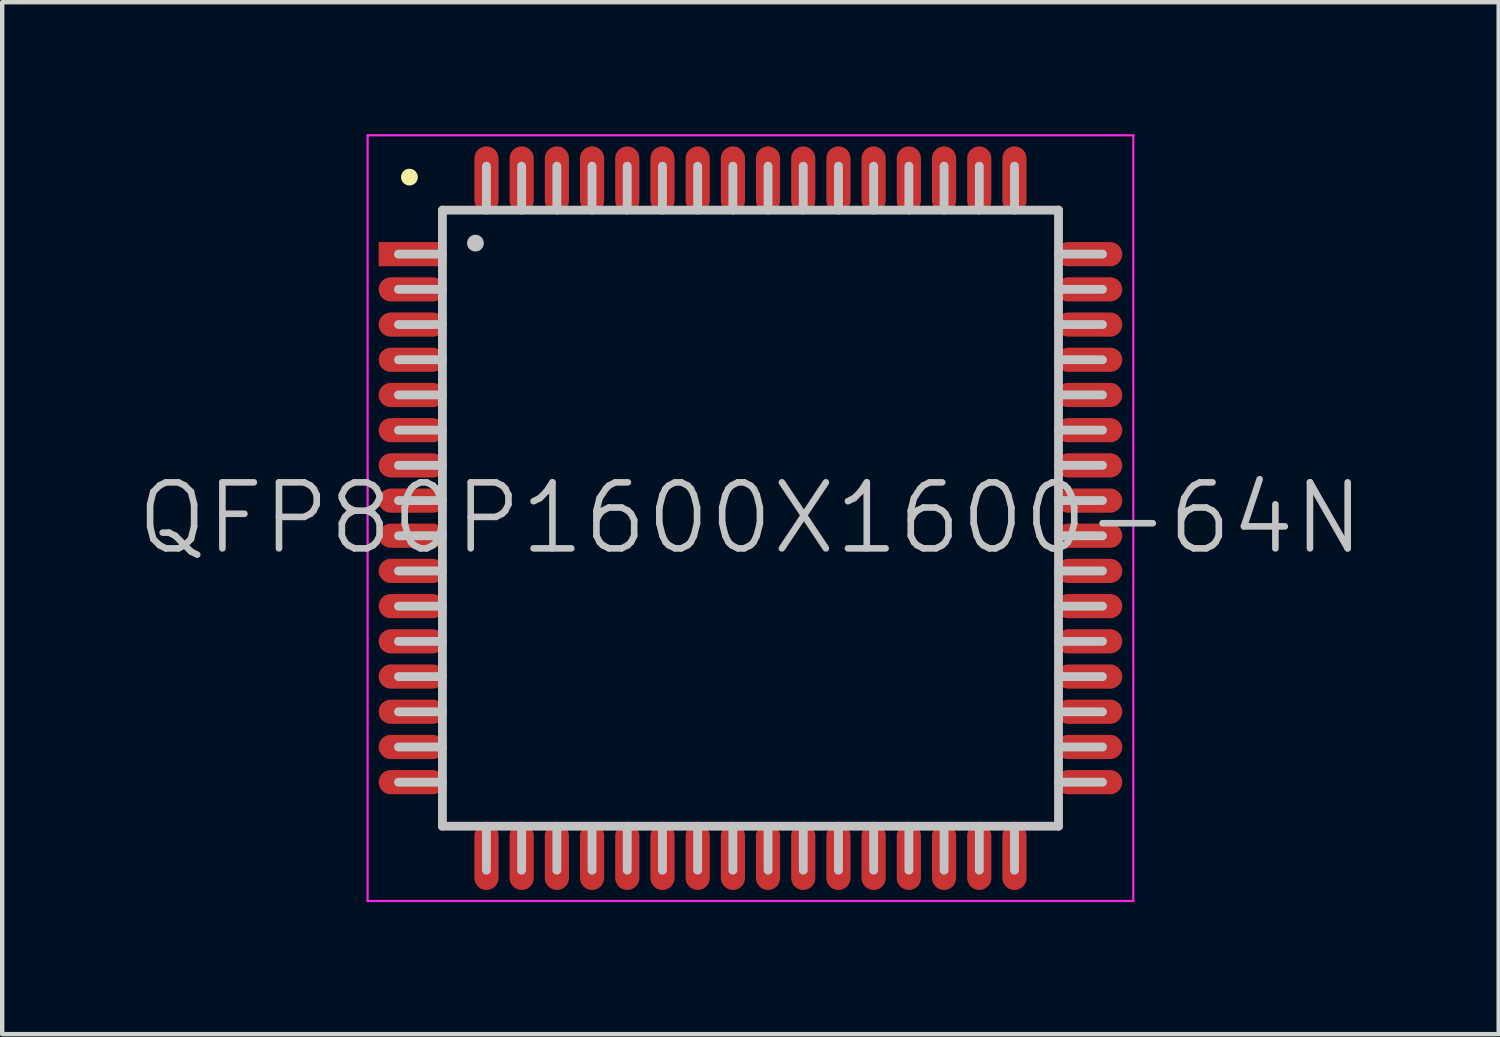
<source format=kicad_pcb>
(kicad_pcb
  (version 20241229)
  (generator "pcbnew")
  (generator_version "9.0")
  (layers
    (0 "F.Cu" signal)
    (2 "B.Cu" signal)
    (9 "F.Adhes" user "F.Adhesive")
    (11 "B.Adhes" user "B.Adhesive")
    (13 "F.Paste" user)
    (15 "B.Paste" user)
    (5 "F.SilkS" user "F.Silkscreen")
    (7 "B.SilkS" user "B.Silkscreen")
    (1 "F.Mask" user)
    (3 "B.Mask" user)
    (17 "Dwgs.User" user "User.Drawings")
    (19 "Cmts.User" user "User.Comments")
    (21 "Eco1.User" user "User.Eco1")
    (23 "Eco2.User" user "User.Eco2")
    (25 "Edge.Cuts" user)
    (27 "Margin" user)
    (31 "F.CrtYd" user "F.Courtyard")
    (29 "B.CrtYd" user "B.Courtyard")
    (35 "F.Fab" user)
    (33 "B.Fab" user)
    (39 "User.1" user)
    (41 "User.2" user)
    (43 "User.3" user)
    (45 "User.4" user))
  (footprint "QFP80P1600X1600-64N"
    (layer "F.Cu")
    (at 14.004 8.725)
    (property "Reference" "QFP80P1600X1600-64N" (at 0 0 0) (layer "Dwgs.User") (effects (font (size 1.5 1.5) (thickness 0.15))))
    (attr smd)
    (fp_line (start -7.75 -7.75) (end -7.75 -7.75) (stroke (width 0.381) (type solid)) (layer "F.SilkS"))
    (fp_line (start -7 -7) (end -7 7) (stroke (width 0.2) (type solid)) (layer "Dwgs.User"))
    (fp_line (start -7 -7) (end 7 -7) (stroke (width 0.2) (type solid)) (layer "Dwgs.User"))
    (fp_line (start -7 -6) (end -8 -6) (stroke (width 0.2) (type solid)) (layer "Dwgs.User"))
    (fp_line (start -7 -5.2) (end -8 -5.2) (stroke (width 0.2) (type solid)) (layer "Dwgs.User"))
    (fp_line (start -7 -4.4) (end -8 -4.4) (stroke (width 0.2) (type solid)) (layer "Dwgs.User"))
    (fp_line (start -7 -3.6) (end -8 -3.6) (stroke (width 0.2) (type solid)) (layer "Dwgs.User"))
    (fp_line (start -7 -2.8) (end -8 -2.8) (stroke (width 0.2) (type solid)) (layer "Dwgs.User"))
    (fp_line (start -7 -2) (end -8 -2) (stroke (width 0.2) (type solid)) (layer "Dwgs.User"))
    (fp_line (start -7 -1.2) (end -8 -1.2) (stroke (width 0.2) (type solid)) (layer "Dwgs.User"))
    (fp_line (start -7 -0.4) (end -8 -0.4) (stroke (width 0.2) (type solid)) (layer "Dwgs.User"))
    (fp_line (start -7 0.4) (end -8 0.4) (stroke (width 0.2) (type solid)) (layer "Dwgs.User"))
    (fp_line (start -7 1.2) (end -8 1.2) (stroke (width 0.2) (type solid)) (layer "Dwgs.User"))
    (fp_line (start -7 2) (end -8 2) (stroke (width 0.2) (type solid)) (layer "Dwgs.User"))
    (fp_line (start -7 2.8) (end -8 2.8) (stroke (width 0.2) (type solid)) (layer "Dwgs.User"))
    (fp_line (start -7 3.6) (end -8 3.6) (stroke (width 0.2) (type solid)) (layer "Dwgs.User"))
    (fp_line (start -7 4.4) (end -8 4.4) (stroke (width 0.2) (type solid)) (layer "Dwgs.User"))
    (fp_line (start -7 5.2) (end -8 5.2) (stroke (width 0.2) (type solid)) (layer "Dwgs.User"))
    (fp_line (start -7 6) (end -8 6) (stroke (width 0.2) (type solid)) (layer "Dwgs.User"))
    (fp_line (start -7 7) (end 7 7) (stroke (width 0.2) (type solid)) (layer "Dwgs.User"))
    (fp_line (start -6.25 -6.25) (end -6.25 -6.25) (stroke (width 0.381) (type solid)) (layer "Dwgs.User"))
    (fp_line (start -6 -7) (end -6 -8) (stroke (width 0.2) (type solid)) (layer "Dwgs.User"))
    (fp_line (start -6 8) (end -6 7) (stroke (width 0.2) (type solid)) (layer "Dwgs.User"))
    (fp_line (start -5.2 -7) (end -5.2 -8) (stroke (width 0.2) (type solid)) (layer "Dwgs.User"))
    (fp_line (start -5.2 8) (end -5.2 7) (stroke (width 0.2) (type solid)) (layer "Dwgs.User"))
    (fp_line (start -4.4 -7) (end -4.4 -8) (stroke (width 0.2) (type solid)) (layer "Dwgs.User"))
    (fp_line (start -4.4 8) (end -4.4 7) (stroke (width 0.2) (type solid)) (layer "Dwgs.User"))
    (fp_line (start -3.6 -7) (end -3.6 -8) (stroke (width 0.2) (type solid)) (layer "Dwgs.User"))
    (fp_line (start -3.6 8) (end -3.6 7) (stroke (width 0.2) (type solid)) (layer "Dwgs.User"))
    (fp_line (start -2.8 -7) (end -2.8 -8) (stroke (width 0.2) (type solid)) (layer "Dwgs.User"))
    (fp_line (start -2.8 8) (end -2.8 7) (stroke (width 0.2) (type solid)) (layer "Dwgs.User"))
    (fp_line (start -2 -7) (end -2 -8) (stroke (width 0.2) (type solid)) (layer "Dwgs.User"))
    (fp_line (start -2 8) (end -2 7) (stroke (width 0.2) (type solid)) (layer "Dwgs.User"))
    (fp_line (start -1.2 -7) (end -1.2 -8) (stroke (width 0.2) (type solid)) (layer "Dwgs.User"))
    (fp_line (start -1.2 8) (end -1.2 7) (stroke (width 0.2) (type solid)) (layer "Dwgs.User"))
    (fp_line (start -0.4 -7) (end -0.4 -8) (stroke (width 0.2) (type solid)) (layer "Dwgs.User"))
    (fp_line (start -0.4 8) (end -0.4 7) (stroke (width 0.2) (type solid)) (layer "Dwgs.User"))
    (fp_line (start 0.4 -7) (end 0.4 -8) (stroke (width 0.2) (type solid)) (layer "Dwgs.User"))
    (fp_line (start 0.4 8) (end 0.4 7) (stroke (width 0.2) (type solid)) (layer "Dwgs.User"))
    (fp_line (start 1.2 -7) (end 1.2 -8) (stroke (width 0.2) (type solid)) (layer "Dwgs.User"))
    (fp_line (start 1.2 8) (end 1.2 7) (stroke (width 0.2) (type solid)) (layer "Dwgs.User"))
    (fp_line (start 2 -7) (end 2 -8) (stroke (width 0.2) (type solid)) (layer "Dwgs.User"))
    (fp_line (start 2 8) (end 2 7) (stroke (width 0.2) (type solid)) (layer "Dwgs.User"))
    (fp_line (start 2.8 -7) (end 2.8 -8) (stroke (width 0.2) (type solid)) (layer "Dwgs.User"))
    (fp_line (start 2.8 8) (end 2.8 7) (stroke (width 0.2) (type solid)) (layer "Dwgs.User"))
    (fp_line (start 3.6 -7) (end 3.6 -8) (stroke (width 0.2) (type solid)) (layer "Dwgs.User"))
    (fp_line (start 3.6 8) (end 3.6 7) (stroke (width 0.2) (type solid)) (layer "Dwgs.User"))
    (fp_line (start 4.4 -7) (end 4.4 -8) (stroke (width 0.2) (type solid)) (layer "Dwgs.User"))
    (fp_line (start 4.4 8) (end 4.4 7) (stroke (width 0.2) (type solid)) (layer "Dwgs.User"))
    (fp_line (start 5.2 -7) (end 5.2 -8) (stroke (width 0.2) (type solid)) (layer "Dwgs.User"))
    (fp_line (start 5.2 8) (end 5.2 7) (stroke (width 0.2) (type solid)) (layer "Dwgs.User"))
    (fp_line (start 6 -7) (end 6 -8) (stroke (width 0.2) (type solid)) (layer "Dwgs.User"))
    (fp_line (start 6 8) (end 6 7) (stroke (width 0.2) (type solid)) (layer "Dwgs.User"))
    (fp_line (start 7 -7) (end 7 7) (stroke (width 0.2) (type solid)) (layer "Dwgs.User"))
    (fp_line (start 8 -6) (end 7 -6) (stroke (width 0.2) (type solid)) (layer "Dwgs.User"))
    (fp_line (start 8 -5.2) (end 7 -5.2) (stroke (width 0.2) (type solid)) (layer "Dwgs.User"))
    (fp_line (start 8 -4.4) (end 7 -4.4) (stroke (width 0.2) (type solid)) (layer "Dwgs.User"))
    (fp_line (start 8 -3.6) (end 7 -3.6) (stroke (width 0.2) (type solid)) (layer "Dwgs.User"))
    (fp_line (start 8 -2.8) (end 7 -2.8) (stroke (width 0.2) (type solid)) (layer "Dwgs.User"))
    (fp_line (start 8 -2) (end 7 -2) (stroke (width 0.2) (type solid)) (layer "Dwgs.User"))
    (fp_line (start 8 -1.2) (end 7 -1.2) (stroke (width 0.2) (type solid)) (layer "Dwgs.User"))
    (fp_line (start 8 -0.4) (end 7 -0.4) (stroke (width 0.2) (type solid)) (layer "Dwgs.User"))
    (fp_line (start 8 0.4) (end 7 0.4) (stroke (width 0.2) (type solid)) (layer "Dwgs.User"))
    (fp_line (start 8 1.2) (end 7 1.2) (stroke (width 0.2) (type solid)) (layer "Dwgs.User"))
    (fp_line (start 8 2) (end 7 2) (stroke (width 0.2) (type solid)) (layer "Dwgs.User"))
    (fp_line (start 8 2.8) (end 7 2.8) (stroke (width 0.2) (type solid)) (layer "Dwgs.User"))
    (fp_line (start 8 3.6) (end 7 3.6) (stroke (width 0.2) (type solid)) (layer "Dwgs.User"))
    (fp_line (start 8 4.4) (end 7 4.4) (stroke (width 0.2) (type solid)) (layer "Dwgs.User"))
    (fp_line (start 8 5.2) (end 7 5.2) (stroke (width 0.2) (type solid)) (layer "Dwgs.User"))
    (fp_line (start 8 6) (end 7 6) (stroke (width 0.2) (type solid)) (layer "Dwgs.User"))
    (fp_line (start -8.7 -8.7) (end -8.7 8.7) (stroke (width 0.05) (type solid)) (layer "F.CrtYd"))
    (fp_line (start -8.7 -8.7) (end 8.7 -8.7) (stroke (width 0.05) (type solid)) (layer "F.CrtYd"))
    (fp_line (start -8.7 8.7) (end 8.7 8.7) (stroke (width 0.05) (type solid)) (layer "F.CrtYd"))
    (fp_line (start 8.7 -8.7) (end 8.7 8.7) (stroke (width 0.05) (type solid)) (layer "F.CrtYd"))
    (pad "1" smd rect (at -7.699 -5.999 90) (size 0.55 1.5) (layers "F.Cu" "F.Mask" "F.Paste"))
    (pad "2" smd oval (at -7.699 -5.199 90) (size 0.55 1.5) (layers "F.Cu" "F.Mask" "F.Paste"))
    (pad "3" smd oval (at -7.699 -4.399 90) (size 0.55 1.5) (layers "F.Cu" "F.Mask" "F.Paste"))
    (pad "4" smd oval (at -7.699 -3.599 90) (size 0.55 1.5) (layers "F.Cu" "F.Mask" "F.Paste"))
    (pad "5" smd oval (at -7.699 -2.799 90) (size 0.55 1.5) (layers "F.Cu" "F.Mask" "F.Paste"))
    (pad "6" smd oval (at -7.699 -1.999 90) (size 0.55 1.5) (layers "F.Cu" "F.Mask" "F.Paste"))
    (pad "7" smd oval (at -7.699 -1.199 90) (size 0.55 1.5) (layers "F.Cu" "F.Mask" "F.Paste"))
    (pad "8" smd oval (at -7.699 -0.399 90) (size 0.55 1.5) (layers "F.Cu" "F.Mask" "F.Paste"))
    (pad "9" smd oval (at -7.699 0.399 90) (size 0.55 1.5) (layers "F.Cu" "F.Mask" "F.Paste"))
    (pad "10" smd oval (at -7.699 1.199 90) (size 0.55 1.5) (layers "F.Cu" "F.Mask" "F.Paste"))
    (pad "11" smd oval (at -7.699 1.999 90) (size 0.55 1.5) (layers "F.Cu" "F.Mask" "F.Paste"))
    (pad "12" smd oval (at -7.699 2.799 90) (size 0.55 1.5) (layers "F.Cu" "F.Mask" "F.Paste"))
    (pad "13" smd oval (at -7.699 3.599 90) (size 0.55 1.5) (layers "F.Cu" "F.Mask" "F.Paste"))
    (pad "14" smd oval (at -7.699 4.399 90) (size 0.55 1.5) (layers "F.Cu" "F.Mask" "F.Paste"))
    (pad "15" smd oval (at -7.699 5.199 90) (size 0.55 1.5) (layers "F.Cu" "F.Mask" "F.Paste"))
    (pad "16" smd oval (at -7.699 5.999 90) (size 0.55 1.5) (layers "F.Cu" "F.Mask" "F.Paste"))
    (pad "17" smd oval (at -5.999 7.699 180) (size 0.55 1.5) (layers "F.Cu" "F.Mask" "F.Paste"))
    (pad "18" smd oval (at -5.199 7.699 180) (size 0.55 1.5) (layers "F.Cu" "F.Mask" "F.Paste"))
    (pad "19" smd oval (at -4.399 7.699 180) (size 0.55 1.5) (layers "F.Cu" "F.Mask" "F.Paste"))
    (pad "20" smd oval (at -3.599 7.699 180) (size 0.55 1.5) (layers "F.Cu" "F.Mask" "F.Paste"))
    (pad "21" smd oval (at -2.799 7.699 180) (size 0.55 1.5) (layers "F.Cu" "F.Mask" "F.Paste"))
    (pad "22" smd oval (at -1.999 7.699 180) (size 0.55 1.5) (layers "F.Cu" "F.Mask" "F.Paste"))
    (pad "23" smd oval (at -1.199 7.699 180) (size 0.55 1.5) (layers "F.Cu" "F.Mask" "F.Paste"))
    (pad "24" smd oval (at -0.399 7.699 180) (size 0.55 1.5) (layers "F.Cu" "F.Mask" "F.Paste"))
    (pad "25" smd oval (at 0.399 7.699 180) (size 0.55 1.5) (layers "F.Cu" "F.Mask" "F.Paste"))
    (pad "26" smd oval (at 1.199 7.699 180) (size 0.55 1.5) (layers "F.Cu" "F.Mask" "F.Paste"))
    (pad "27" smd oval (at 1.999 7.699 180) (size 0.55 1.5) (layers "F.Cu" "F.Mask" "F.Paste"))
    (pad "28" smd oval (at 2.799 7.699 180) (size 0.55 1.5) (layers "F.Cu" "F.Mask" "F.Paste"))
    (pad "29" smd oval (at 3.599 7.699 180) (size 0.55 1.5) (layers "F.Cu" "F.Mask" "F.Paste"))
    (pad "30" smd oval (at 4.399 7.699 180) (size 0.55 1.5) (layers "F.Cu" "F.Mask" "F.Paste"))
    (pad "31" smd oval (at 5.199 7.699 180) (size 0.55 1.5) (layers "F.Cu" "F.Mask" "F.Paste"))
    (pad "32" smd oval (at 5.999 7.699 180) (size 0.55 1.5) (layers "F.Cu" "F.Mask" "F.Paste"))
    (pad "33" smd oval (at 7.699 5.999 270) (size 0.55 1.5) (layers "F.Cu" "F.Mask" "F.Paste"))
    (pad "34" smd oval (at 7.699 5.199 270) (size 0.55 1.5) (layers "F.Cu" "F.Mask" "F.Paste"))
    (pad "35" smd oval (at 7.699 4.399 270) (size 0.55 1.5) (layers "F.Cu" "F.Mask" "F.Paste"))
    (pad "36" smd oval (at 7.699 3.599 270) (size 0.55 1.5) (layers "F.Cu" "F.Mask" "F.Paste"))
    (pad "37" smd oval (at 7.699 2.799 270) (size 0.55 1.5) (layers "F.Cu" "F.Mask" "F.Paste"))
    (pad "38" smd oval (at 7.699 1.999 270) (size 0.55 1.5) (layers "F.Cu" "F.Mask" "F.Paste"))
    (pad "39" smd oval (at 7.699 1.199 270) (size 0.55 1.5) (layers "F.Cu" "F.Mask" "F.Paste"))
    (pad "40" smd oval (at 7.699 0.399 270) (size 0.55 1.5) (layers "F.Cu" "F.Mask" "F.Paste"))
    (pad "41" smd oval (at 7.699 -0.399 270) (size 0.55 1.5) (layers "F.Cu" "F.Mask" "F.Paste"))
    (pad "42" smd oval (at 7.699 -1.199 270) (size 0.55 1.5) (layers "F.Cu" "F.Mask" "F.Paste"))
    (pad "43" smd oval (at 7.699 -1.999 270) (size 0.55 1.5) (layers "F.Cu" "F.Mask" "F.Paste"))
    (pad "44" smd oval (at 7.699 -2.799 270) (size 0.55 1.5) (layers "F.Cu" "F.Mask" "F.Paste"))
    (pad "45" smd oval (at 7.699 -3.599 270) (size 0.55 1.5) (layers "F.Cu" "F.Mask" "F.Paste"))
    (pad "46" smd oval (at 7.699 -4.399 270) (size 0.55 1.5) (layers "F.Cu" "F.Mask" "F.Paste"))
    (pad "47" smd oval (at 7.699 -5.199 270) (size 0.55 1.5) (layers "F.Cu" "F.Mask" "F.Paste"))
    (pad "48" smd oval (at 7.699 -5.999 270) (size 0.55 1.5) (layers "F.Cu" "F.Mask" "F.Paste"))
    (pad "49" smd oval (at 5.999 -7.699) (size 0.55 1.5) (layers "F.Cu" "F.Mask" "F.Paste"))
    (pad "50" smd oval (at 5.199 -7.699) (size 0.55 1.5) (layers "F.Cu" "F.Mask" "F.Paste"))
    (pad "51" smd oval (at 4.399 -7.699) (size 0.55 1.5) (layers "F.Cu" "F.Mask" "F.Paste"))
    (pad "52" smd oval (at 3.599 -7.699) (size 0.55 1.5) (layers "F.Cu" "F.Mask" "F.Paste"))
    (pad "53" smd oval (at 2.799 -7.699) (size 0.55 1.5) (layers "F.Cu" "F.Mask" "F.Paste"))
    (pad "54" smd oval (at 1.999 -7.699) (size 0.55 1.5) (layers "F.Cu" "F.Mask" "F.Paste"))
    (pad "55" smd oval (at 1.199 -7.699) (size 0.55 1.5) (layers "F.Cu" "F.Mask" "F.Paste"))
    (pad "56" smd oval (at 0.399 -7.699) (size 0.55 1.5) (layers "F.Cu" "F.Mask" "F.Paste"))
    (pad "57" smd oval (at -0.399 -7.699) (size 0.55 1.5) (layers "F.Cu" "F.Mask" "F.Paste"))
    (pad "58" smd oval (at -1.199 -7.699) (size 0.55 1.5) (layers "F.Cu" "F.Mask" "F.Paste"))
    (pad "59" smd oval (at -1.999 -7.699) (size 0.55 1.5) (layers "F.Cu" "F.Mask" "F.Paste"))
    (pad "60" smd oval (at -2.799 -7.699) (size 0.55 1.5) (layers "F.Cu" "F.Mask" "F.Paste"))
    (pad "61" smd oval (at -3.599 -7.699) (size 0.55 1.5) (layers "F.Cu" "F.Mask" "F.Paste"))
    (pad "62" smd oval (at -4.399 -7.699) (size 0.55 1.5) (layers "F.Cu" "F.Mask" "F.Paste"))
    (pad "63" smd oval (at -5.199 -7.699) (size 0.55 1.5) (layers "F.Cu" "F.Mask" "F.Paste"))
    (pad "64" smd oval (at -5.999 -7.699) (size 0.55 1.5) (layers "F.Cu" "F.Mask" "F.Paste")))
  (gr_rect
    (start -3 -3)
    (end 31.007 20.45)
    (stroke (width 0.1) (type default))
    (fill no)
    (layer "Edge.Cuts")))
</source>
